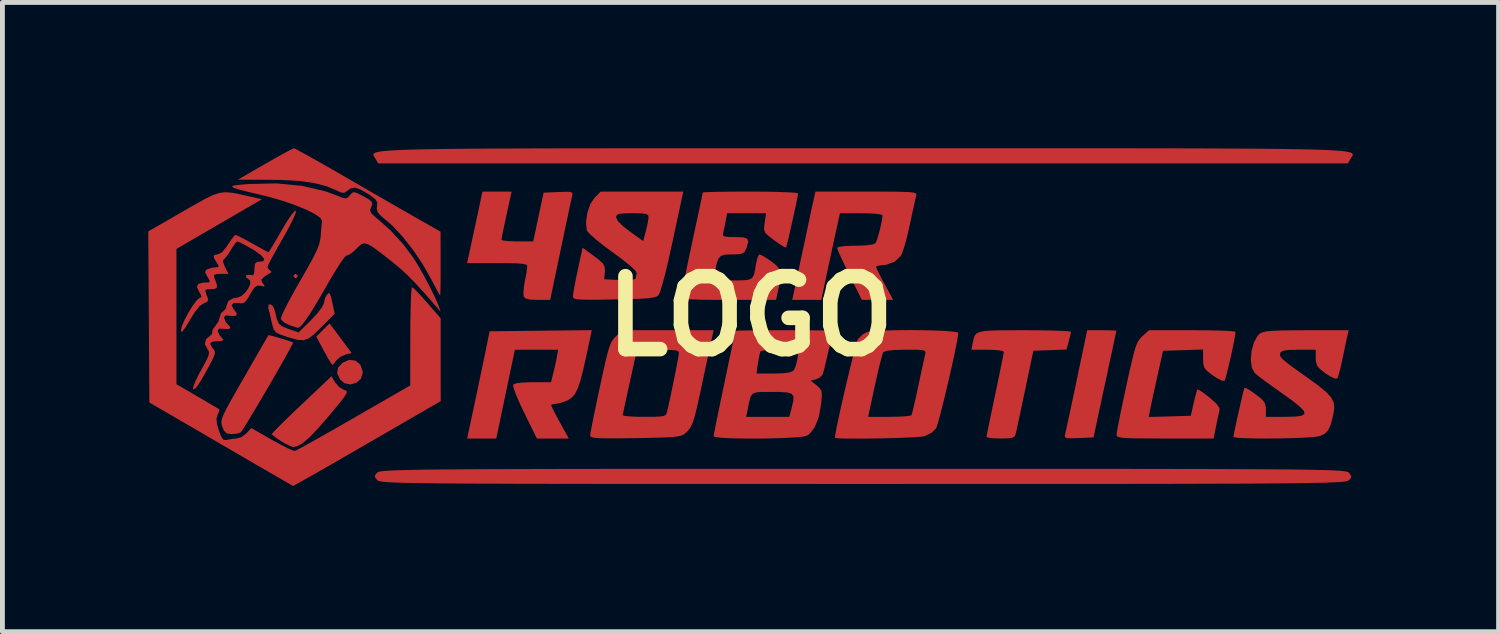
<source format=kicad_pcb>
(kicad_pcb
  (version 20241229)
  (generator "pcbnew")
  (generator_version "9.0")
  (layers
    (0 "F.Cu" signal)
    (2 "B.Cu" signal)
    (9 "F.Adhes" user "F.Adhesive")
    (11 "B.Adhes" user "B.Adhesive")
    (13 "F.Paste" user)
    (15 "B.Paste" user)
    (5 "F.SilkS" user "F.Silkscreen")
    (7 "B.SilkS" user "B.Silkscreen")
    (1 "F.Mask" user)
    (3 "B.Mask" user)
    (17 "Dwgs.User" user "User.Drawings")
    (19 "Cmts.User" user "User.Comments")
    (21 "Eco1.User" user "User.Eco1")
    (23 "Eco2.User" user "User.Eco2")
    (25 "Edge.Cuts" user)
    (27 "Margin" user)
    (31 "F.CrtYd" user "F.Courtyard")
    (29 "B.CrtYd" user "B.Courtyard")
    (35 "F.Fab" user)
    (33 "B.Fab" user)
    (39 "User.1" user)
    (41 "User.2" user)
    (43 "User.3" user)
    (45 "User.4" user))
  (footprint "LOGO"
    (layer "F.Cu")
    (at 12.389 3.454)
    (property "Reference" "LOGO" (at 0 0 0) (layer "F.SilkS") (effects (font (size 1.5 1.5) (thickness 0.3))))
    (attr board_only exclude_from_pos_files exclude_from_bom)
    (pad "1" smd custom (at -11.2 -2.1) (size 0.1 0.1) (layers "F.Cu" "F.Mask" "F.Paste") (options (anchor rect)) (primitives (gr_poly (pts (xy 0.523 -0.44) (xy 0.679 -0.411) (xy 0.879 -0.366) (xy 0.905 -0.36) (xy 1.149 -0.305) (xy 0.27 0.206) (xy -0.609 0.717) (xy -0.609 2.109) (xy -0.609 3.501) (xy -0.174 3.754) (xy 0.000115 3.856) (xy 0.144 3.941) (xy 0.241 3.998) (xy 0.275 4.019) (xy 0.268 4.062) (xy 0.239 4.126) (xy 0.214 4.208) (xy 0.224 4.316) (xy 0.262 4.446) (xy 0.311 4.576) (xy 0.354 4.639) (xy 0.405 4.65) (xy 0.432 4.645) (xy 0.559 4.623) (xy 0.63 4.618) (xy 0.732 4.586) (xy 0.832 4.51) (xy 0.932 4.403) (xy 1.353 4.644) (xy 1.53 4.741) (xy 1.68 4.818) (xy 1.786 4.864) (xy 1.828 4.874) (xy 1.878 4.85) (xy 1.996 4.786) (xy 2.171 4.689) (xy 2.393 4.564) (xy 2.652 4.417) (xy 2.938 4.253) (xy 3.041 4.194) (xy 4.201 3.526) (xy 4.202 2.512) (xy 4.204 2.223) (xy 4.209 1.965) (xy 4.215 1.753) (xy 4.223 1.599) (xy 4.232 1.514) (xy 4.237 1.502) (xy 4.279 1.534) (xy 4.364 1.62) (xy 4.478 1.744) (xy 4.549 1.825) (xy 4.827 2.145) (xy 4.827 2.997) (xy 4.828 3.849) (xy 3.316 4.724) (xy 2.983 4.916) (xy 2.674 5.094) (xy 2.399 5.252) (xy 2.164 5.386) (xy 1.98 5.49) (xy 1.854 5.561) (xy 1.794 5.592) (xy 1.79 5.594) (xy 1.75 5.571) (xy 1.641 5.508) (xy 1.471 5.411) (xy 1.251 5.283) (xy 0.987 5.13) (xy 0.688 4.956) (xy 0.363 4.767) (xy 0.305 4.733) (xy -1.166 3.877) (xy -1.177 2.117) (xy -1.189 0.357) (xy -0.469 -0.058) (xy -0.21 -0.207) (xy -0.012 -0.316) (xy 0.143 -0.391) (xy 0.272 -0.434) (xy 0.393 -0.449)) (width 0) (fill yes))))
    (pad "1" smd custom (at -10.9 -1.2) (size 0.1 0.1) (layers "F.Cu" "F.Mask" "F.Paste") (options (anchor rect)) (primitives (gr_poly (pts (xy 1.543 -0.92) (xy 1.495 -0.804) (xy 1.412 -0.638) (xy 1.299 -0.434) (xy 1.276 -0.393) (xy 1.163 -0.195) (xy 1.068 -0.023) (xy 0.999 0.107) (xy 0.965 0.181) (xy 0.963 0.19) (xy 0.997 0.247) (xy 1.019 0.26) (xy 1.048 0.293) (xy 1.025 0.31) (xy 0.95 0.355) (xy 0.893 0.395) (xy 0.837 0.451) (xy 0.855 0.508) (xy 0.872 0.53) (xy 0.908 0.582) (xy 0.876 0.588) (xy 0.826 0.577) (xy 0.755 0.572) (xy 0.698 0.609) (xy 0.634 0.705) (xy 0.607 0.754) (xy 0.535 0.873) (xy 0.478 0.929) (xy 0.414 0.938) (xy 0.377 0.931) (xy 0.27 0.929) (xy 0.226 0.971) (xy 0.258 1.044) (xy 0.272 1.06) (xy 0.334 1.146) (xy 0.318 1.193) (xy 0.225 1.197) (xy 0.205 1.193) (xy 0.108 1.185) (xy 0.073 1.218) (xy 0.072 1.234) (xy 0.103 1.317) (xy 0.138 1.356) (xy 0.2 1.427) (xy 0.181 1.465) (xy 0.084 1.463) (xy 0.072 1.461) (xy -0.032 1.459) (xy -0.063 1.506) (xy -0.019 1.595) (xy 0.012 1.631) (xy 0.056 1.688) (xy 0.035 1.709) (xy -0.048 1.712) (xy -0.172 1.725) (xy -0.215 1.767) (xy -0.177 1.841) (xy -0.164 1.857) (xy -0.124 1.91) (xy -0.116 1.964) (xy -0.144 2.045) (xy -0.208 2.172) (xy -0.347 2.427) (xy -0.453 2.601) (xy -0.525 2.694) (xy -0.566 2.706) (xy -0.568 2.703) (xy -0.56 2.646) (xy -0.515 2.533) (xy -0.441 2.383) (xy -0.399 2.307) (xy -0.306 2.137) (xy -0.254 2.026) (xy -0.237 1.955) (xy -0.25 1.908) (xy -0.266 1.887) (xy -0.325 1.776) (xy -0.302 1.676) (xy -0.239 1.623) (xy -0.179 1.57) (xy -0.174 1.534) (xy -0.164 1.477) (xy -0.108 1.402) (xy -0.041 1.304) (xy -0.018 1.221) (xy 0.011 1.135) (xy 0.049 1.105) (xy 0.108 1.043) (xy 0.116 1.004) (xy 0.155 0.894) (xy 0.259 0.831) (xy 0.337 0.821) (xy 0.421 0.791) (xy 0.505 0.717) (xy 0.573 0.623) (xy 0.611 0.53) (xy 0.604 0.463) (xy 0.583 0.448) (xy 0.522 0.401) (xy 0.528 0.357) (xy 0.594 0.35) (xy 0.606 0.353) (xy 0.667 0.36) (xy 0.691 0.315) (xy 0.695 0.23) (xy 0.705 0.126) (xy 0.744 0.086) (xy 0.791 0.082) (xy 0.883 0.069) (xy 0.896 0.023) (xy 0.835 -0.051) (xy 0.702 -0.147) (xy 0.651 -0.178) (xy 0.512 -0.257) (xy 0.403 -0.314) (xy 0.346 -0.337) (xy 0.345 -0.337) (xy 0.304 -0.302) (xy 0.242 -0.213) (xy 0.213 -0.163) (xy 0.143 -0.053) (xy 0.082 0.018) (xy 0.065 0.029) (xy 0.046 0.075) (xy 0.087 0.184) (xy 0.089 0.188) (xy 0.163 0.331) (xy 0.001 0.331) (xy -0.104 0.338) (xy -0.139 0.365) (xy -0.129 0.409) (xy -0.08 0.541) (xy -0.075 0.611) (xy -0.12 0.639) (xy -0.195 0.643) (xy -0.28 0.646) (xy -0.314 0.667) (xy -0.303 0.73) (xy -0.254 0.853) (xy -0.274 0.903) (xy -0.34 0.934) (xy -0.426 0.988) (xy -0.529 1.114) (xy -0.633 1.281) (xy -0.726 1.436) (xy -0.786 1.515) (xy -0.814 1.522) (xy -0.818 1.498) (xy -0.797 1.407) (xy -0.742 1.278) (xy -0.665 1.132) (xy -0.579 0.993) (xy -0.499 0.884) (xy -0.438 0.826) (xy -0.425 0.822) (xy -0.391 0.806) (xy -0.413 0.748) (xy -0.438 0.709) (xy -0.487 0.599) (xy -0.459 0.535) (xy -0.352 0.51) (xy -0.326 0.509) (xy -0.236 0.505) (xy -0.221 0.476) (xy -0.266 0.399) (xy -0.269 0.394) (xy -0.316 0.308) (xy -0.309 0.261) (xy -0.281 0.239) (xy -0.187 0.206) (xy -0.115 0.198) (xy -0.046 0.191) (xy -0.044 0.156) (xy -0.082 0.098) (xy -0.141 -0.003) (xy -0.135 -0.055) (xy -0.063 -0.07) (xy -0.061 -0.07) (xy 0.029 -0.113) (xy 0.132 -0.241) (xy 0.15 -0.271) (xy 0.225 -0.383) (xy 0.284 -0.456) (xy 0.307 -0.471) (xy 0.359 -0.45) (xy 0.468 -0.396) (xy 0.613 -0.317) (xy 0.656 -0.293) (xy 0.803 -0.21) (xy 0.917 -0.148) (xy 0.979 -0.116) (xy 0.984 -0.115) (xy 1.01 -0.151) (xy 1.071 -0.249) (xy 1.157 -0.395) (xy 1.254 -0.563) (xy 1.363 -0.746) (xy 1.455 -0.882) (xy 1.52 -0.96) (xy 1.549 -0.972)) (width 0) (fill yes))))
    (pad "1" smd custom (at -10.025 1.025) (size 0.1 0.1) (layers "F.Cu" "F.Mask" "F.Paste") (options (anchor rect)) (primitives (gr_poly (pts (xy 0.149 -0.627) (xy 0.246 -0.601) (xy 0.37 -0.565) (xy 0.493 -0.528) (xy 0.584 -0.497) (xy 0.615 -0.485) (xy 0.6 -0.445) (xy 0.546 -0.341) (xy 0.461 -0.187) (xy 0.352 0.005) (xy 0.228 0.223) (xy 0.095 0.452) (xy -0.04 0.681) (xy -0.168 0.897) (xy -0.282 1.087) (xy -0.374 1.237) (xy -0.438 1.336) (xy -0.464 1.369) (xy -0.542 1.393) (xy -0.65 1.403) (xy -0.749 1.389) (xy -0.809 1.327) (xy -0.839 1.255) (xy -0.855 1.204) (xy -0.86 1.153) (xy -0.85 1.092) (xy -0.818 1.008) (xy -0.762 0.892) (xy -0.675 0.731) (xy -0.553 0.515) (xy -0.395 0.241) (xy -0.252 -0.009) (xy -0.124 -0.231) (xy -0.018 -0.415) (xy 0.06 -0.55) (xy 0.102 -0.623) (xy 0.109 -0.634)) (width 0) (fill yes))))
    (pad "1" smd custom (at -9.35 -0.825) (size 0.01 0.01) (layers "F.Cu" "F.Mask" "F.Paste") (options (anchor rect)) (primitives (gr_poly (pts (xy 0.035 -0.01) (xy 0.037 0.001) (xy 0.003 0.044) (xy -0.008 0.045) (xy -0.051 0.011) (xy -0.052 0.001) (xy -0.019 -0.043) (xy -0.008 -0.044)) (width 0) (fill yes))))
    (pad "1" smd custom (at -9.3 -3.1) (size 0.1 0.1) (layers "F.Cu" "F.Mask" "F.Paste") (options (anchor rect)) (primitives (gr_poly (pts (xy -0.044 -0.332) (xy 0.069 -0.271) (xy 0.239 -0.177) (xy 0.456 -0.055) (xy 0.71 0.09) (xy 0.99 0.252) (xy 1.046 0.284) (xy 1.354 0.462) (xy 1.658 0.638) (xy 1.944 0.802) (xy 2.196 0.947) (xy 2.4 1.064) (xy 2.537 1.142) (xy 2.925 1.362) (xy 2.926 2.019) (xy 2.926 2.25) (xy 2.925 2.445) (xy 2.922 2.589) (xy 2.918 2.667) (xy 2.917 2.676) (xy 2.893 2.64) (xy 2.838 2.541) (xy 2.764 2.4) (xy 2.729 2.333) (xy 2.558 2.033) (xy 2.359 1.738) (xy 2.147 1.468) (xy 1.94 1.245) (xy 1.82 1.139) (xy 1.695 1.036) (xy 1.631 0.961) (xy 1.612 0.894) (xy 1.618 0.84) (xy 1.623 0.764) (xy 1.59 0.702) (xy 1.504 0.632) (xy 1.429 0.583) (xy 1.273 0.493) (xy 1.163 0.456) (xy 1.078 0.469) (xy 1.008 0.519) (xy 0.944 0.563) (xy 0.877 0.557) (xy 0.802 0.522) (xy 0.584 0.43) (xy 0.331 0.363) (xy 0.03 0.32) (xy -0.336 0.299) (xy -0.575 0.295) (xy -1.247 0.293) (xy -0.686 -0.03) (xy -0.485 -0.145) (xy -0.31 -0.242) (xy -0.178 -0.313) (xy -0.101 -0.35) (xy -0.09 -0.353)) (width 0) (fill yes))))
    (pad "1" smd custom (at -8.825 1.825) (size 0.1 0.1) (layers "F.Cu" "F.Mask" "F.Paste") (options (anchor rect)) (primitives (gr_poly (pts (xy 0.279 -0.462) (xy 0.365 -0.364) (xy 0.465 -0.307) (xy 0.506 -0.293) (xy 0.523 -0.271) (xy 0.511 -0.228) (xy 0.464 -0.154) (xy 0.374 -0.039) (xy 0.236 0.128) (xy 0.15 0.231) (xy -0.068 0.482) (xy -0.243 0.665) (xy -0.383 0.786) (xy -0.496 0.851) (xy -0.586 0.868) (xy -0.656 0.843) (xy -0.768 0.785) (xy -0.834 0.745) (xy -0.942 0.673) (xy -1.011 0.618) (xy -1.023 0.601) (xy -0.992 0.564) (xy -0.906 0.476) (xy -0.776 0.346) (xy -0.61 0.185) (xy -0.419 0.003) (xy -0.408 -0.007) (xy 0.207 -0.589)) (width 0) (fill yes))))
    (pad "1" smd custom (at -8.775 0.05) (size 0.1 0.1) (layers "F.Cu" "F.Mask" "F.Paste") (options (anchor rect)) (primitives (gr_poly (pts (xy 0.124 -0.511) (xy 0.15 -0.431) (xy 0.172 -0.334) (xy 0.222 -0.1) (xy -0.057 0.181) (xy -0.205 0.325) (xy -0.317 0.411) (xy -0.421 0.446) (xy -0.541 0.438) (xy -0.702 0.394) (xy -0.747 0.38) (xy -0.897 0.33) (xy -0.985 0.285) (xy -1.032 0.224) (xy -1.063 0.123) (xy -1.079 0.054) (xy -1.11 -0.084) (xy -1.138 -0.194) (xy -1.145 -0.217) (xy -1.139 -0.283) (xy -1.102 -0.295) (xy -1.046 -0.255) (xy -1.006 -0.15) (xy -0.97 0.008) (xy -0.928 0.103) (xy -0.86 0.161) (xy -0.748 0.207) (xy -0.728 0.214) (xy -0.52 0.285) (xy -0.262 0.03) (xy -0.14 -0.101) (xy -0.049 -0.219) (xy -0.004 -0.303) (xy -0.002 -0.316) (xy 0.026 -0.426) (xy 0.06 -0.487) (xy 0.097 -0.525)) (width 0) (fill yes))))
    (pad "1" smd custom (at -8.575 0.55) (size 0.1 0.1) (layers "F.Cu" "F.Mask" "F.Paste") (options (anchor rect)) (primitives (gr_poly (pts (xy 0.143 -0.097) (xy 0.37 0.208) (xy 0.239 0.242) (xy 0.125 0.296) (xy 0.053 0.365) (xy 0.001 0.433) (xy -0.025 0.452) (xy -0.055 0.416) (xy -0.114 0.32) (xy -0.19 0.183) (xy -0.202 0.162) (xy -0.356 -0.129) (xy -0.22 -0.265) (xy -0.084 -0.401)) (width 0) (fill yes))))
    (pad "1" smd custom (at -8.4 -2) (size 0.1 0.1) (layers "F.Cu" "F.Mask" "F.Paste") (options (anchor rect)) (primitives (gr_poly (pts (xy -0.825 -0.681) (xy -0.347 -0.569) (xy -0.105 -0.48) (xy 0.013 -0.433) (xy 0.08 -0.422) (xy 0.125 -0.448) (xy 0.158 -0.486) (xy 0.209 -0.54) (xy 0.26 -0.549) (xy 0.347 -0.513) (xy 0.382 -0.495) (xy 0.525 -0.418) (xy 0.601 -0.36) (xy 0.62 -0.307) (xy 0.598 -0.242) (xy 0.595 -0.238) (xy 0.574 -0.175) (xy 0.598 -0.117) (xy 0.68 -0.041) (xy 0.718 -0.01) (xy 0.991 0.232) (xy 1.257 0.522) (xy 1.448 0.775) (xy 1.557 0.947) (xy 1.679 1.161) (xy 1.799 1.387) (xy 1.903 1.598) (xy 1.977 1.768) (xy 1.986 1.793) (xy 2.028 1.911) (xy 1.928 1.794) (xy 1.698 1.531) (xy 1.508 1.323) (xy 1.341 1.154) (xy 1.183 1.009) (xy 1.018 0.873) (xy 0.981 0.844) (xy 0.78 0.688) (xy 0.636 0.582) (xy 0.534 0.522) (xy 0.46 0.502) (xy 0.4 0.519) (xy 0.341 0.566) (xy 0.291 0.617) (xy 0.195 0.703) (xy 0.118 0.748) (xy 0.095 0.75) (xy 0.057 0.781) (xy -0.015 0.877) (xy -0.112 1.027) (xy -0.228 1.217) (xy -0.312 1.363) (xy -0.502 1.691) (xy -0.655 1.942) (xy -0.773 2.115) (xy -0.857 2.214) (xy -0.906 2.242) (xy -0.964 2.226) (xy -1.069 2.19) (xy -1.092 2.182) (xy -1.198 2.127) (xy -1.258 2.065) (xy -1.262 2.054) (xy -1.244 1.994) (xy -1.188 1.871) (xy -1.1 1.699) (xy -0.987 1.491) (xy -0.866 1.278) (xy -0.714 1.014) (xy -0.603 0.811) (xy -0.526 0.656) (xy -0.478 0.535) (xy -0.452 0.435) (xy -0.441 0.351) (xy -0.43 0.203) (xy -0.418 0.08) (xy -0.414 0.043) (xy -0.447 -0.02) (xy -0.555 -0.097) (xy -0.725 -0.184) (xy -0.945 -0.275) (xy -1.202 -0.365) (xy -1.485 -0.448) (xy -1.679 -0.496) (xy -1.948 -0.56) (xy -2.134 -0.608) (xy -2.239 -0.643) (xy -2.268 -0.668) (xy -2.224 -0.687) (xy -2.11 -0.702) (xy -1.93 -0.718) (xy -1.922 -0.718) (xy -1.353 -0.731)) (width 0) (fill yes))))
    (pad "1" smd custom (at -8.25 1.225) (size 0.1 0.1) (layers "F.Cu" "F.Mask" "F.Paste") (options (anchor rect)) (primitives (gr_poly (pts (xy 0.122 -0.31) (xy 0.223 -0.23) (xy 0.272 -0.095) (xy 0.274 -0.061) (xy 0.237 0.063) (xy 0.144 0.146) (xy 0.022 0.18) (xy -0.101 0.156) (xy -0.192 0.08) (xy -0.254 -0.054) (xy -0.232 -0.169) (xy -0.143 -0.264) (xy -0.007 -0.326)) (width 0) (fill yes))))
    (pad "1" smd rect (at -7 1.775) (size 0.1 0.1) (layers "F.Cu" "F.Mask" "F.Paste"))
    (pad "1" smd rect (at -6.775 -1.6) (size 0.1 0.1) (layers "F.Cu" "F.Mask" "F.Paste"))
    (pad "1" smd custom (at -6.125 -3.25) (size 0.1 0.1) (layers "F.Cu" "F.Mask" "F.Paste") (options (anchor rect)) (primitives (gr_poly (pts (xy 12.433 -0.204) (xy 13.233 -0.203) (xy 13.96 -0.203) (xy 14.619 -0.202) (xy 15.212 -0.201) (xy 15.743 -0.199) (xy 16.215 -0.196) (xy 16.631 -0.194) (xy 16.995 -0.19) (xy 17.311 -0.185) (xy 17.581 -0.18) (xy 17.808 -0.174) (xy 17.997 -0.167) (xy 18.151 -0.158) (xy 18.273 -0.149) (xy 18.366 -0.138) (xy 18.433 -0.126) (xy 18.479 -0.113) (xy 18.506 -0.098) (xy 18.518 -0.082) (xy 18.518 -0.064) (xy 18.509 -0.044) (xy 18.495 -0.023) (xy 18.48 -0.000103) (xy 18.47 0.016) (xy 18.421 0.108) (xy 8.442 0.108) (xy -1.536 0.108) (xy -1.586 0.016) (xy -1.601 -0.008) (xy -1.616 -0.03) (xy -1.628 -0.051) (xy -1.634 -0.07) (xy -1.631 -0.087) (xy -1.614 -0.103) (xy -1.582 -0.117) (xy -1.529 -0.13) (xy -1.454 -0.142) (xy -1.352 -0.152) (xy -1.22 -0.161) (xy -1.055 -0.169) (xy -0.853 -0.176) (xy -0.612 -0.182) (xy -0.328 -0.187) (xy 0.003 -0.191) (xy 0.384 -0.195) (xy 0.818 -0.197) (xy 1.309 -0.199) (xy 1.86 -0.201) (xy 2.475 -0.202) (xy 3.156 -0.203) (xy 3.907 -0.203) (xy 4.731 -0.204) (xy 5.632 -0.204) (xy 6.614 -0.204) (xy 7.679 -0.204) (xy 8.442 -0.204) (xy 9.565 -0.204) (xy 10.602 -0.204) (xy 11.557 -0.204)) (width 0) (fill yes))))
    (pad "1" smd custom (at -5.575 3.275) (size 0.1 0.1) (layers "F.Cu" "F.Mask" "F.Paste") (options (anchor rect)) (primitives (gr_poly (pts (xy 9.008 -0.133) (xy 10.031 -0.133) (xy 10.971 -0.133) (xy 11.833 -0.133) (xy 12.619 -0.132) (xy 13.334 -0.132) (xy 13.981 -0.131) (xy 14.562 -0.13) (xy 15.082 -0.129) (xy 15.545 -0.127) (xy 15.952 -0.125) (xy 16.309 -0.123) (xy 16.619 -0.121) (xy 16.884 -0.118) (xy 17.109 -0.114) (xy 17.297 -0.11) (xy 17.451 -0.106) (xy 17.575 -0.101) (xy 17.672 -0.096) (xy 17.746 -0.09) (xy 17.801 -0.083) (xy 17.839 -0.076) (xy 17.864 -0.068) (xy 17.88 -0.06) (xy 17.89 -0.052) (xy 17.939 0.016) (xy 17.921 0.067) (xy 17.882 0.104) (xy 17.868 0.113) (xy 17.844 0.12) (xy 17.806 0.127) (xy 17.751 0.134) (xy 17.675 0.14) (xy 17.574 0.145) (xy 17.446 0.15) (xy 17.287 0.154) (xy 17.094 0.158) (xy 16.862 0.162) (xy 16.589 0.165) (xy 16.271 0.167) (xy 15.904 0.17) (xy 15.486 0.172) (xy 15.013 0.173) (xy 14.48 0.175) (xy 13.886 0.176) (xy 13.226 0.177) (xy 12.498 0.177) (xy 11.696 0.178) (xy 10.819 0.178) (xy 9.863 0.178) (xy 8.823 0.178) (xy 7.884 0.179) (xy 6.776 0.178) (xy 5.754 0.178) (xy 4.813 0.178) (xy 3.951 0.178) (xy 3.165 0.178) (xy 2.45 0.177) (xy 1.804 0.176) (xy 1.222 0.175) (xy 0.702 0.174) (xy 0.24 0.172) (xy -0.168 0.171) (xy -0.525 0.168) (xy -0.834 0.166) (xy -1.1 0.163) (xy -1.325 0.159) (xy -1.512 0.156) (xy -1.667 0.151) (xy -1.791 0.146) (xy -1.888 0.141) (xy -1.962 0.135) (xy -2.016 0.128) (xy -2.055 0.121) (xy -2.08 0.113) (xy -2.096 0.105) (xy -2.105 0.097) (xy -2.154 0.03) (xy -2.136 -0.022) (xy -2.098 -0.059) (xy -2.084 -0.068) (xy -2.06 -0.075) (xy -2.022 -0.082) (xy -1.967 -0.089) (xy -1.89 -0.095) (xy -1.79 -0.1) (xy -1.662 -0.105) (xy -1.503 -0.109) (xy -1.309 -0.113) (xy -1.077 -0.117) (xy -0.804 -0.12) (xy -0.486 -0.122) (xy -0.12 -0.125) (xy 0.298 -0.127) (xy 0.772 -0.128) (xy 1.304 -0.13) (xy 1.898 -0.131) (xy 2.558 -0.132) (xy 3.287 -0.132) (xy 4.088 -0.133) (xy 4.965 -0.133) (xy 5.922 -0.133) (xy 6.961 -0.133) (xy 7.9 -0.133)) (width 0) (fill yes))))
    (pad "1" smd custom (at -5.35 -2) (size 0.1 0.1) (layers "F.Cu" "F.Mask" "F.Paste") (options (anchor rect)) (primitives (gr_poly (pts (xy 0.332 -0.083) (xy 0.29 0.113) (xy 0.255 0.277) (xy 0.233 0.389) (xy 0.227 0.429) (xy 0.267 0.445) (xy 0.374 0.457) (xy 0.527 0.463) (xy 0.553 0.463) (xy 0.882 0.463) (xy 0.988 -0.039) (xy 1.095 -0.54) (xy 1.401 -0.553) (xy 1.562 -0.559) (xy 1.651 -0.554) (xy 1.687 -0.534) (xy 1.688 -0.492) (xy 1.681 -0.466) (xy 1.665 -0.395) (xy 1.633 -0.25) (xy 1.59 -0.046) (xy 1.537 0.205) (xy 1.477 0.488) (xy 1.443 0.65) (xy 1.231 1.666) (xy 0.972 1.666) (xy 0.811 1.659) (xy 0.721 1.634) (xy 0.686 1.597) (xy 0.68 1.517) (xy 0.692 1.384) (xy 0.71 1.277) (xy 0.738 1.13) (xy 0.756 1.013) (xy 0.76 0.968) (xy 0.742 0.943) (xy 0.678 0.926) (xy 0.558 0.915) (xy 0.371 0.91) (xy 0.141 0.908) (xy -0.479 0.908) (xy -0.399 0.541) (xy -0.348 0.303) (xy -0.291 0.037) (xy -0.241 -0.195) (xy -0.163 -0.562) (xy 0.137 -0.562) (xy 0.437 -0.562)) (width 0) (fill yes))))
    (pad "1" smd custom (at -5.25 1.125) (size 0.1 0.1) (layers "F.Cu" "F.Mask" "F.Paste") (options (anchor rect)) (primitives (gr_poly (pts (xy 1.88 -0.335) (xy 1.813 -0.032) (xy 1.754 0.195) (xy 1.699 0.359) (xy 1.642 0.473) (xy 1.578 0.55) (xy 1.501 0.602) (xy 1.487 0.609) (xy 1.361 0.657) (xy 1.252 0.679) (xy 1.244 0.68) (xy 1.169 0.691) (xy 1.15 0.708) (xy 1.171 0.757) (xy 1.224 0.864) (xy 1.301 1.009) (xy 1.332 1.064) (xy 1.513 1.393) (xy 1.185 1.393) (xy 0.858 1.393) (xy 0.596 0.864) (xy 0.502 0.665) (xy 0.427 0.491) (xy 0.38 0.361) (xy 0.365 0.291) (xy 0.367 0.285) (xy 0.428 0.258) (xy 0.567 0.24) (xy 0.77 0.234) (xy 0.772 0.234) (xy 1.147 0.234) (xy 1.19 0.067) (xy 1.23 -0.098) (xy 1.263 -0.264) (xy 1.264 -0.267) (xy 1.294 -0.434) (xy 0.85 -0.434) (xy 0.405 -0.434) (xy 0.313 0.000175) (xy 0.262 0.244) (xy 0.202 0.529) (xy 0.144 0.806) (xy 0.121 0.914) (xy 0.021 1.393) (xy -0.278 1.393) (xy -0.578 1.393) (xy -0.424 0.669) (xy -0.365 0.39) (xy -0.306 0.108) (xy -0.251 -0.152) (xy -0.208 -0.362) (xy -0.193 -0.434) (xy -0.116 -0.813) (xy 0.935 -0.825) (xy 1.986 -0.837)) (width 0) (fill yes))))
    (pad "1" smd custom (at -3.05 -1.875) (size 0.1 0.1) (layers "F.Cu" "F.Mask" "F.Paste") (options (anchor rect)) (primitives (gr_poly (pts (xy 1.648 -0.587) (xy 1.632 -0.515) (xy 1.601 -0.37) (xy 1.557 -0.167) (xy 1.504 0.08) (xy 1.445 0.356) (xy 1.425 0.446) (xy 1.356 0.758) (xy 1.292 1.025) (xy 1.235 1.236) (xy 1.189 1.38) (xy 1.156 1.448) (xy 1.156 1.449) (xy 1.116 1.474) (xy 1.047 1.493) (xy 0.936 1.508) (xy 0.772 1.518) (xy 0.542 1.526) (xy 0.241 1.532) (xy -0.053 1.537) (xy -0.27 1.538) (xy -0.421 1.535) (xy -0.518 1.528) (xy -0.573 1.515) (xy -0.597 1.495) (xy -0.603 1.467) (xy -0.603 1.466) (xy -0.593 1.39) (xy -0.568 1.249) (xy -0.532 1.067) (xy -0.502 0.926) (xy -0.403 0.468) (xy -0.203 0.613) (xy -0.064 0.718) (xy 0.016 0.793) (xy 0.051 0.862) (xy 0.057 0.944) (xy 0.054 0.984) (xy 0.042 1.117) (xy 0.365 1.131) (xy 0.53 1.132) (xy 0.644 1.122) (xy 0.688 1.102) (xy 0.688 1.101) (xy 0.703 1.022) (xy 0.712 0.996) (xy 0.686 0.942) (xy 0.585 0.844) (xy 0.41 0.705) (xy 0.225 0.569) (xy 0.037 0.43) (xy -0.123 0.302) (xy -0.244 0.196) (xy -0.309 0.125) (xy -0.315 0.112) (xy -0.333 -0.054) (xy -0.319 -0.155) (xy 0.287 -0.155) (xy 0.326 -0.077) (xy 0.438 0.033) (xy 0.566 0.131) (xy 0.844 0.332) (xy 0.899 0.123) (xy 0.932 -0.018) (xy 0.952 -0.132) (xy 0.955 -0.164) (xy 0.944 -0.204) (xy 0.899 -0.228) (xy 0.801 -0.239) (xy 0.633 -0.242) (xy 0.621 -0.242) (xy 0.45 -0.239) (xy 0.35 -0.23) (xy 0.302 -0.207) (xy 0.288 -0.168) (xy 0.287 -0.155) (xy -0.319 -0.155) (xy -0.306 -0.248) (xy -0.243 -0.432) (xy -0.156 -0.562) (xy -0.032 -0.687) (xy 0.819 -0.687) (xy 1.67 -0.687)) (width 0) (fill yes))))
    (pad "1" smd custom (at -2.675 1.05) (size 0.1 0.1) (layers "F.Cu" "F.Mask" "F.Paste") (options (anchor rect)) (primitives (gr_poly (pts (xy 1.896 -0.66) (xy 1.879 -0.586) (xy 1.848 -0.441) (xy 1.805 -0.239) (xy 1.753 0.004) (xy 1.696 0.271) (xy 1.695 0.277) (xy 1.629 0.587) (xy 1.576 0.823) (xy 1.533 0.997) (xy 1.495 1.121) (xy 1.458 1.209) (xy 1.418 1.273) (xy 1.371 1.326) (xy 1.338 1.357) (xy 1.299 1.387) (xy 1.248 1.409) (xy 1.173 1.426) (xy 1.061 1.438) (xy 0.9 1.447) (xy 0.678 1.453) (xy 0.381 1.459) (xy 0.309 1.46) (xy -0.006 1.464) (xy -0.241 1.465) (xy -0.41 1.462) (xy -0.521 1.455) (xy -0.587 1.443) (xy -0.617 1.425) (xy -0.623 1.407) (xy -0.614 1.345) (xy -0.588 1.209) (xy -0.55 1.015) (xy -0.544 0.989) (xy 0.048 0.989) (xy 0.089 1.003) (xy 0.199 1.014) (xy 0.362 1.021) (xy 0.491 1.022) (xy 0.693 1.021) (xy 0.824 1.015) (xy 0.9 1.001) (xy 0.938 0.975) (xy 0.956 0.933) (xy 0.959 0.922) (xy 1 0.739) (xy 1.046 0.527) (xy 1.092 0.305) (xy 1.135 0.094) (xy 1.17 -0.089) (xy 1.195 -0.224) (xy 1.204 -0.292) (xy 1.204 -0.293) (xy 1.192 -0.325) (xy 1.145 -0.344) (xy 1.048 -0.353) (xy 0.885 -0.353) (xy 0.77 -0.35) (xy 0.336 -0.337) (xy 0.193 0.309) (xy 0.143 0.538) (xy 0.1 0.736) (xy 0.068 0.887) (xy 0.05 0.974) (xy 0.048 0.989) (xy -0.544 0.989) (xy -0.5 0.775) (xy -0.443 0.503) (xy -0.423 0.412) (xy -0.356 0.102) (xy -0.303 -0.133) (xy -0.26 -0.306) (xy -0.222 -0.428) (xy -0.187 -0.514) (xy -0.149 -0.574) (xy -0.106 -0.622) (xy -0.089 -0.638) (xy 0.047 -0.76) (xy 0.983 -0.76) (xy 1.919 -0.76)) (width 0) (fill yes))))
    (pad "1" smd custom (at -1.025 -0.625) (size 0.1 0.1) (layers "F.Cu" "F.Mask" "F.Paste") (options (anchor rect)) (primitives (gr_poly (pts (xy 1.31 -1.936) (xy 1.562 -1.931) (xy 1.769 -1.924) (xy 1.918 -1.916) (xy 1.997 -1.905) (xy 2.005 -1.9) (xy 1.996 -1.841) (xy 1.972 -1.718) (xy 1.937 -1.552) (xy 1.896 -1.364) (xy 1.853 -1.174) (xy 1.814 -1.001) (xy 1.781 -0.868) (xy 1.761 -0.793) (xy 1.758 -0.784) (xy 1.717 -0.8) (xy 1.626 -0.857) (xy 1.515 -0.935) (xy 1.392 -1.028) (xy 1.327 -1.094) (xy 1.305 -1.161) (xy 1.312 -1.255) (xy 1.318 -1.296) (xy 1.347 -1.492) (xy 0.946 -1.492) (xy 0.545 -1.492) (xy 0.515 -1.325) (xy 0.489 -1.193) (xy 0.465 -1.089) (xy 0.463 -1.079) (xy 0.46 -1.036) (xy 0.498 -1.013) (xy 0.595 -1.003) (xy 0.71 -1.001) (xy 0.872 -0.996) (xy 0.958 -0.969) (xy 0.98 -0.909) (xy 0.952 -0.8) (xy 0.937 -0.759) (xy 0.903 -0.693) (xy 0.849 -0.659) (xy 0.749 -0.646) (xy 0.646 -0.645) (xy 0.506 -0.64) (xy 0.416 -0.613) (xy 0.361 -0.546) (xy 0.322 -0.422) (xy 0.294 -0.277) (xy 0.263 -0.11) (xy 0.662 -0.11) (xy 0.859 -0.111) (xy 0.985 -0.123) (xy 1.059 -0.158) (xy 1.1 -0.23) (xy 1.124 -0.35) (xy 1.138 -0.439) (xy 1.164 -0.56) (xy 1.197 -0.634) (xy 1.212 -0.645) (xy 1.27 -0.621) (xy 1.373 -0.558) (xy 1.452 -0.504) (xy 1.562 -0.417) (xy 1.625 -0.334) (xy 1.645 -0.233) (xy 1.631 -0.088) (xy 1.601 0.066) (xy 1.552 0.291) (xy 0.576 0.291) (xy 0.25 0.29) (xy 0.002 0.287) (xy -0.176 0.281) (xy -0.295 0.272) (xy -0.365 0.259) (xy -0.397 0.241) (xy -0.401 0.228) (xy -0.392 0.168) (xy -0.366 0.034) (xy -0.327 -0.161) (xy -0.277 -0.404) (xy -0.218 -0.683) (xy -0.178 -0.868) (xy -0.116 -1.159) (xy -0.06 -1.419) (xy -0.013 -1.638) (xy 0.021 -1.801) (xy 0.041 -1.898) (xy 0.045 -1.919) (xy 0.087 -1.924) (xy 0.206 -1.929) (xy 0.388 -1.933) (xy 0.622 -1.936) (xy 0.894 -1.937) (xy 1.025 -1.937)) (width 0) (fill yes))))
    (pad "1" smd custom (at -0.15 1.175) (size 0.1 0.1) (layers "F.Cu" "F.Mask" "F.Paste") (options (anchor rect)) (primitives (gr_poly (pts (xy 1.129 -0.885) (xy 1.385 -0.883) (xy 1.595 -0.881) (xy 1.749 -0.878) (xy 1.832 -0.874) (xy 1.843 -0.872) (xy 1.834 -0.815) (xy 1.809 -0.696) (xy 1.774 -0.537) (xy 1.734 -0.363) (xy 1.695 -0.197) (xy 1.662 -0.063) (xy 1.641 0.015) (xy 1.639 0.022) (xy 1.577 0.089) (xy 1.5 0.124) (xy 1.389 0.151) (xy 1.512 0.249) (xy 1.578 0.308) (xy 1.612 0.368) (xy 1.62 0.455) (xy 1.608 0.599) (xy 1.605 0.63) (xy 1.556 0.902) (xy 1.472 1.113) (xy 1.36 1.253) (xy 1.309 1.286) (xy 1.232 1.304) (xy 1.088 1.318) (xy 0.894 1.33) (xy 0.665 1.338) (xy 0.417 1.343) (xy 0.165 1.344) (xy -0.076 1.342) (xy -0.289 1.337) (xy -0.459 1.327) (xy -0.57 1.314) (xy -0.608 1.298) (xy -0.599 1.244) (xy -0.574 1.114) (xy -0.535 0.923) (xy -0.53 0.897) (xy 0.063 0.897) (xy 0.506 0.897) (xy 0.949 0.897) (xy 0.998 0.716) (xy 1.032 0.571) (xy 1.036 0.476) (xy 0.995 0.421) (xy 0.897 0.394) (xy 0.731 0.385) (xy 0.598 0.385) (xy 0.4 0.384) (xy 0.271 0.393) (xy 0.194 0.424) (xy 0.15 0.491) (xy 0.12 0.608) (xy 0.092 0.752) (xy 0.063 0.897) (xy -0.53 0.897) (xy -0.486 0.683) (xy -0.428 0.405) (xy -0.385 0.198) (xy -0.344 0.006) (xy 0.274 0.006) (xy 0.63 0.006) (xy 0.835 0.000032) (xy 0.965 -0.019) (xy 1.034 -0.053) (xy 1.04 -0.059) (xy 1.08 -0.144) (xy 1.113 -0.272) (xy 1.118 -0.304) (xy 1.142 -0.484) (xy 0.76 -0.484) (xy 0.585 -0.481) (xy 0.447 -0.471) (xy 0.368 -0.457) (xy 0.357 -0.451) (xy 0.339 -0.39) (xy 0.316 -0.274) (xy 0.305 -0.206) (xy 0.274 0.006) (xy -0.344 0.006) (xy -0.323 -0.096) (xy -0.268 -0.36) (xy -0.221 -0.581) (xy -0.187 -0.748) (xy -0.166 -0.848) (xy -0.162 -0.872) (xy -0.119 -0.876) (xy -0.000455 -0.879) (xy 0.183 -0.882) (xy 0.417 -0.884) (xy 0.69 -0.885) (xy 0.841 -0.885)) (width 0) (fill yes))))
    (pad "1" smd custom (at 2.275 1.275) (size 0.1 0.1) (layers "F.Cu" "F.Mask" "F.Paste") (options (anchor rect)) (primitives (gr_poly (pts (xy 1.281 -0.985) (xy 1.517 -0.98) (xy 1.722 -0.971) (xy 1.881 -0.958) (xy 1.978 -0.943) (xy 2.002 -0.93) (xy 1.99 -0.838) (xy 1.961 -0.68) (xy 1.919 -0.473) (xy 1.866 -0.232) (xy 1.807 0.027) (xy 1.746 0.286) (xy 1.686 0.531) (xy 1.632 0.745) (xy 1.586 0.912) (xy 1.553 1.015) (xy 1.542 1.037) (xy 1.448 1.126) (xy 1.315 1.192) (xy 1.301 1.196) (xy 1.222 1.207) (xy 1.077 1.217) (xy 0.882 1.226) (xy 0.654 1.234) (xy 0.409 1.24) (xy 0.163 1.244) (xy -0.069 1.245) (xy -0.27 1.244) (xy -0.425 1.241) (xy -0.518 1.234) (xy -0.537 1.227) (xy -0.527 1.151) (xy -0.5 1.006) (xy -0.458 0.809) (xy -0.456 0.797) (xy 0.147 0.797) (xy 0.582 0.797) (xy 0.77 0.794) (xy 0.921 0.785) (xy 1.017 0.772) (xy 1.038 0.763) (xy 1.055 0.709) (xy 1.085 0.585) (xy 1.126 0.409) (xy 1.171 0.199) (xy 1.177 0.173) (xy 1.224 -0.048) (xy 1.266 -0.244) (xy 1.299 -0.395) (xy 1.318 -0.481) (xy 1.319 -0.484) (xy 1.327 -0.53) (xy 1.313 -0.56) (xy 1.261 -0.576) (xy 1.155 -0.583) (xy 0.98 -0.584) (xy 0.919 -0.584) (xy 0.684 -0.579) (xy 0.533 -0.562) (xy 0.461 -0.534) (xy 0.457 -0.529) (xy 0.435 -0.467) (xy 0.399 -0.335) (xy 0.354 -0.15) (xy 0.304 0.07) (xy 0.284 0.162) (xy 0.147 0.797) (xy -0.456 0.797) (xy -0.407 0.574) (xy -0.348 0.318) (xy -0.287 0.055) (xy -0.227 -0.197) (xy -0.17 -0.425) (xy -0.122 -0.611) (xy -0.086 -0.741) (xy -0.065 -0.798) (xy 0.029 -0.893) (xy 0.114 -0.943) (xy 0.201 -0.96) (xy 0.352 -0.972) (xy 0.551 -0.981) (xy 0.783 -0.986) (xy 1.031 -0.988)) (width 0) (fill yes))))
    (pad "1" smd custom (at 2.975 -1.9) (size 0.1 0.1) (layers "F.Cu" "F.Mask" "F.Paste") (options (anchor rect)) (primitives (gr_poly (pts (xy -0.255 -0.662) (xy -0.001 -0.66) (xy 0.184 -0.656) (xy 0.31 -0.65) (xy 0.388 -0.64) (xy 0.429 -0.625) (xy 0.441 -0.605) (xy 0.438 -0.584) (xy 0.42 -0.512) (xy 0.389 -0.372) (xy 0.348 -0.186) (xy 0.303 0.022) (xy 0.254 0.239) (xy 0.203 0.433) (xy 0.156 0.581) (xy 0.121 0.659) (xy -0.008 0.78) (xy -0.188 0.845) (xy -0.282 0.853) (xy -0.364 0.865) (xy -0.39 0.886) (xy -0.37 0.938) (xy -0.316 1.048) (xy -0.24 1.194) (xy -0.213 1.243) (xy -0.037 1.566) (xy -0.359 1.566) (xy -0.682 1.566) (xy -0.937 1.053) (xy -1.033 0.856) (xy -1.113 0.688) (xy -1.168 0.563) (xy -1.192 0.499) (xy -1.193 0.496) (xy -1.151 0.475) (xy -1.037 0.459) (xy -0.868 0.452) (xy -0.819 0.452) (xy -0.595 0.444) (xy -0.453 0.423) (xy -0.401 0.396) (xy -0.371 0.328) (xy -0.333 0.204) (xy -0.296 0.057) (xy -0.268 -0.08) (xy -0.257 -0.174) (xy -0.298 -0.193) (xy -0.412 -0.207) (xy -0.579 -0.215) (xy -0.695 -0.217) (xy -1.133 -0.217) (xy -1.18 -0.005) (xy -1.206 0.114) (xy -1.246 0.298) (xy -1.296 0.527) (xy -1.349 0.778) (xy -1.373 0.886) (xy -1.517 1.566) (xy -1.816 1.566) (xy -2.114 1.566) (xy -1.899 0.552) (xy -1.836 0.258) (xy -1.779 -0.011) (xy -1.73 -0.242) (xy -1.691 -0.421) (xy -1.667 -0.533) (xy -1.66 -0.562) (xy -1.636 -0.662) (xy -0.587 -0.662)) (width 0) (fill yes))))
    (pad "1" smd custom (at 5.525 1.05) (size 0.1 0.1) (layers "F.Cu" "F.Mask" "F.Paste") (options (anchor rect)) (primitives (gr_poly (pts (xy 0.398 -0.759) (xy 0.646 -0.755) (xy 0.848 -0.748) (xy 0.992 -0.74) (xy 1.064 -0.731) (xy 1.07 -0.727) (xy 1.059 -0.666) (xy 1.031 -0.556) (xy 1.024 -0.528) (xy 0.978 -0.363) (xy 0.637 -0.35) (xy 0.296 -0.337) (xy 0.128 0.465) (xy 0.072 0.727) (xy 0.022 0.965) (xy -0.021 1.162) (xy -0.051 1.302) (xy -0.066 1.367) (xy -0.087 1.422) (xy -0.133 1.452) (xy -0.225 1.465) (xy -0.379 1.468) (xy -0.526 1.463) (xy -0.63 1.451) (xy -0.668 1.434) (xy -0.659 1.382) (xy -0.634 1.257) (xy -0.596 1.073) (xy -0.548 0.843) (xy -0.493 0.583) (xy -0.489 0.564) (xy -0.434 0.301) (xy -0.386 0.067) (xy -0.347 -0.123) (xy -0.321 -0.255) (xy -0.311 -0.315) (xy -0.311 -0.317) (xy -0.352 -0.337) (xy -0.46 -0.352) (xy -0.614 -0.359) (xy -0.644 -0.359) (xy -0.978 -0.359) (xy -0.95 -0.504) (xy -0.933 -0.586) (xy -0.911 -0.649) (xy -0.871 -0.694) (xy -0.803 -0.725) (xy -0.696 -0.744) (xy -0.537 -0.755) (xy -0.317 -0.759) (xy -0.023 -0.76) (xy 0.117 -0.76)) (width 0) (fill yes))))
    (pad "1" smd custom (at 7.025 1.5) (size 0.1 0.1) (layers "F.Cu" "F.Mask" "F.Paste") (options (anchor rect)) (primitives (gr_poly (pts (xy 0.355 -1.209) (xy 0.463 -1.205) (xy 0.504 -1.199) (xy 0.504 -1.199) (xy 0.495 -1.154) (xy 0.469 -1.034) (xy 0.43 -0.851) (xy 0.379 -0.615) (xy 0.321 -0.34) (xy 0.268 -0.096) (xy 0.034 0.995) (xy -0.27 1.009) (xy -0.43 1.014) (xy -0.519 1.01) (xy -0.555 0.989) (xy -0.555 0.947) (xy -0.548 0.92) (xy -0.532 0.848) (xy -0.5 0.702) (xy -0.456 0.498) (xy -0.402 0.247) (xy -0.342 -0.036) (xy -0.309 -0.197) (xy -0.096 -1.21) (xy 0.205 -1.21)) (width 0) (fill yes))))
    (pad "1" smd custom (at 8.075 1.45) (size 0.1 0.1) (layers "F.Cu" "F.Mask" "F.Paste") (options (anchor rect)) (primitives (gr_poly (pts (xy 1.287 -1.159) (xy 1.525 -1.154) (xy 1.716 -1.148) (xy 1.847 -1.139) (xy 1.906 -1.129) (xy 1.907 -1.127) (xy 1.898 -1.054) (xy 1.874 -0.922) (xy 1.838 -0.752) (xy 1.798 -0.568) (xy 1.756 -0.39) (xy 1.719 -0.242) (xy 1.691 -0.144) (xy 1.68 -0.119) (xy 1.629 -0.122) (xy 1.532 -0.169) (xy 1.442 -0.227) (xy 1.325 -0.317) (xy 1.264 -0.391) (xy 1.241 -0.479) (xy 1.238 -0.568) (xy 1.238 -0.763) (xy 0.826 -0.75) (xy 0.414 -0.737) (xy 0.295 -0.202) (xy 0.246 0.02) (xy 0.201 0.223) (xy 0.167 0.385) (xy 0.148 0.479) (xy 0.12 0.625) (xy 0.553 0.613) (xy 0.986 0.6) (xy 1.046 0.335) (xy 1.08 0.193) (xy 1.108 0.091) (xy 1.122 0.055) (xy 1.162 0.073) (xy 1.251 0.133) (xy 1.368 0.222) (xy 1.51 0.348) (xy 1.575 0.44) (xy 1.578 0.48) (xy 1.558 0.564) (xy 1.528 0.7) (xy 1.506 0.811) (xy 1.455 1.068) (xy 0.455 1.068) (xy 0.131 1.067) (xy -0.114 1.065) (xy -0.292 1.061) (xy -0.413 1.054) (xy -0.488 1.042) (xy -0.527 1.026) (xy -0.542 1.004) (xy -0.543 0.99) (xy -0.534 0.924) (xy -0.508 0.786) (xy -0.469 0.589) (xy -0.419 0.347) (xy -0.361 0.076) (xy -0.344 -0.002) (xy -0.277 -0.309) (xy -0.223 -0.542) (xy -0.18 -0.713) (xy -0.142 -0.834) (xy -0.106 -0.918) (xy -0.068 -0.978) (xy -0.023 -1.026) (xy -0.01 -1.038) (xy 0.126 -1.16) (xy 1.016 -1.16)) (width 0) (fill yes))))
    (pad "1" smd custom (at 10.325 2.1) (size 0.1 0.1) (layers "F.Cu" "F.Mask" "F.Paste") (options (anchor rect)) (primitives (gr_poly (pts (xy 1.96 -1.71) (xy 1.94 -1.621) (xy 1.908 -1.472) (xy 1.871 -1.291) (xy 1.858 -1.231) (xy 1.82 -1.055) (xy 1.783 -0.913) (xy 1.755 -0.827) (xy 1.747 -0.814) (xy 1.696 -0.816) (xy 1.599 -0.863) (xy 1.51 -0.921) (xy 1.391 -1.014) (xy 1.329 -1.09) (xy 1.308 -1.178) (xy 1.306 -1.239) (xy 1.306 -1.409) (xy 0.954 -1.409) (xy 0.764 -1.405) (xy 0.648 -1.39) (xy 0.589 -1.363) (xy 0.577 -1.344) (xy 0.568 -1.307) (xy 0.579 -1.269) (xy 0.618 -1.221) (xy 0.696 -1.153) (xy 0.822 -1.057) (xy 1.007 -0.925) (xy 1.141 -0.83) (xy 1.366 -0.667) (xy 1.523 -0.537) (xy 1.623 -0.427) (xy 1.675 -0.324) (xy 1.687 -0.213) (xy 1.669 -0.081) (xy 1.663 -0.053) (xy 1.614 0.133) (xy 1.56 0.251) (xy 1.486 0.323) (xy 1.389 0.368) (xy 1.306 0.383) (xy 1.159 0.395) (xy 0.964 0.405) (xy 0.738 0.412) (xy 0.496 0.417) (xy 0.255 0.418) (xy 0.031 0.416) (xy -0.16 0.411) (xy -0.302 0.403) (xy -0.378 0.391) (xy -0.387 0.384) (xy -0.377 0.322) (xy -0.352 0.198) (xy -0.317 0.034) (xy -0.276 -0.147) (xy -0.236 -0.326) (xy -0.199 -0.48) (xy -0.172 -0.588) (xy -0.159 -0.629) (xy -0.117 -0.614) (xy -0.025 -0.558) (xy 0.069 -0.492) (xy 0.192 -0.396) (xy 0.256 -0.318) (xy 0.279 -0.232) (xy 0.281 -0.183) (xy 0.281 -0.028) (xy 0.682 -0.028) (xy 0.884 -0.033) (xy 1.015 -0.05) (xy 1.075 -0.087) (xy 1.063 -0.148) (xy 0.977 -0.239) (xy 0.818 -0.365) (xy 0.605 -0.518) (xy 0.419 -0.651) (xy 0.253 -0.771) (xy 0.126 -0.867) (xy 0.053 -0.927) (xy 0.049 -0.93) (xy -0.01 -1.042) (xy -0.03 -1.203) (xy -0.014 -1.385) (xy 0.034 -1.558) (xy 0.109 -1.695) (xy 0.159 -1.742) (xy 0.209 -1.767) (xy 0.289 -1.785) (xy 0.409 -1.797) (xy 0.583 -1.805) (xy 0.823 -1.809) (xy 1.12 -1.81) (xy 1.984 -1.81)) (width 0) (fill yes)))))
  (gr_rect
    (start -3 -3)
    (end 27.782 9.947)
    (stroke (width 0.1) (type default))
    (fill no)
    (layer "Edge.Cuts")))
</source>
